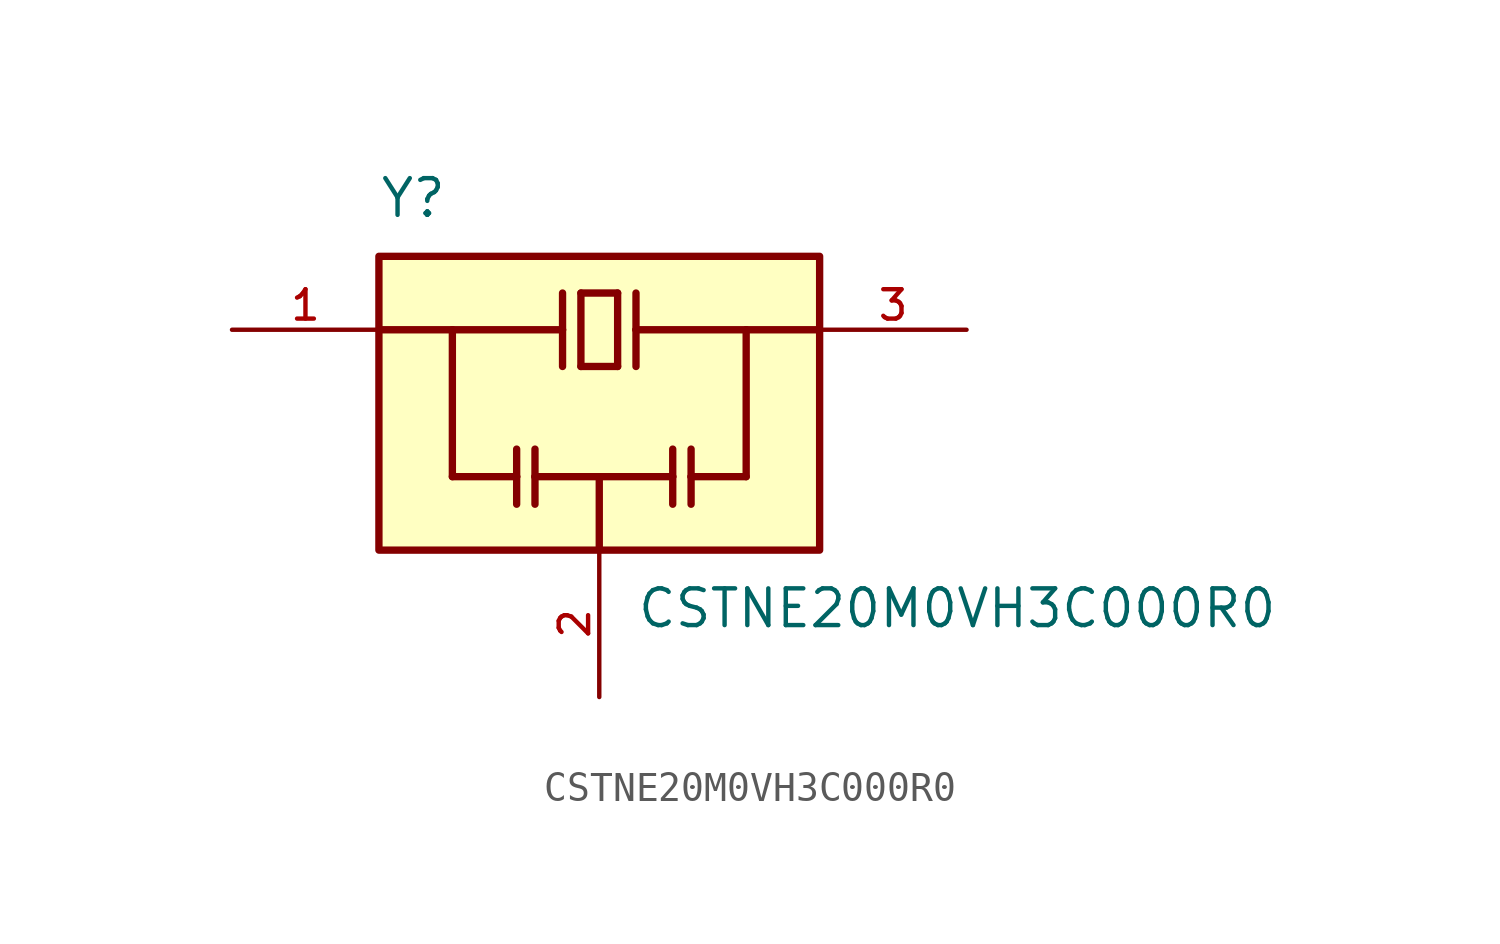
<source format=kicad_sym>
(kicad_symbol_lib
  (version 20211014)
  (generator kicad_symbol_editor)
  (symbol "CSTNE20M0VH3C000R0"
    (pin_names
      (offset 1.016))
    (property "Reference" "Y"
      (at -7.62 6.35 0)
      (effects (font (size 1.27 1.27)) (justify bottom left)))
    (property "Value" "CSTNE20M0VH3C000R0"
      (at 1.27 -6.35 0.0)
      (effects (font (size 1.27 1.27)) (justify top left)))
    (symbol "CSTNE20M0VH3C000R0_0_0"
      (polyline (pts (xy -1.27 3.81) (xy -1.27 2.54)) (stroke (width 0.254)))
      (polyline (pts (xy -1.27 2.54) (xy -1.27 1.27)) (stroke (width 0.254)))
      (polyline (pts (xy -0.635 1.27) (xy -0.635 3.81)) (stroke (width 0.254)))
      (polyline (pts (xy -0.635 3.81) (xy 0.635 3.81)) (stroke (width 0.254)))
      (polyline (pts (xy 0.635 3.81) (xy 0.635 1.27)) (stroke (width 0.254)))
      (polyline (pts (xy 0.635 1.27) (xy -0.635 1.27)) (stroke (width 0.254)))
      (polyline (pts (xy 1.27 3.81) (xy 1.27 2.54)) (stroke (width 0.254)))
      (polyline (pts (xy 1.27 2.54) (xy 1.27 1.27)) (stroke (width 0.254)))
      (polyline (pts (xy -2.857 -1.587) (xy -2.857 -2.54)) (stroke (width 0.254)))
      (polyline (pts (xy -2.857 -2.54) (xy -2.857 -3.493)) (stroke (width 0.254)))
      (polyline (pts (xy -2.223 -1.587) (xy -2.223 -2.54)) (stroke (width 0.254)))
      (polyline (pts (xy -2.223 -2.54) (xy -2.223 -3.493)) (stroke (width 0.254)))
      (polyline (pts (xy 2.54 -1.587) (xy 2.54 -2.54)) (stroke (width 0.254)))
      (polyline (pts (xy 2.54 -2.54) (xy 2.54 -3.493)) (stroke (width 0.254)))
      (polyline (pts (xy 3.175 -1.587) (xy 3.175 -2.54)) (stroke (width 0.254)))
      (polyline (pts (xy 3.175 -2.54) (xy 3.175 -3.493)) (stroke (width 0.254)))
      (polyline (pts (xy -7.62 2.54) (xy -5.08 2.54)) (stroke (width 0.254)))
      (polyline (pts (xy -5.08 2.54) (xy -1.27 2.54)) (stroke (width 0.254)))
      (polyline (pts (xy 1.27 2.54) (xy 5.08 2.54)) (stroke (width 0.254)))
      (polyline (pts (xy 5.08 2.54) (xy 7.62 2.54)) (stroke (width 0.254)))
      (polyline (pts (xy -2.857 -2.54) (xy -5.08 -2.54)) (stroke (width 0.254)))
      (polyline (pts (xy -5.08 -2.54) (xy -5.08 2.54)) (stroke (width 0.254)))
      (polyline (pts (xy 3.175 -2.54) (xy 5.08 -2.54)) (stroke (width 0.254)))
      (polyline (pts (xy 5.08 -2.54) (xy 5.08 2.54)) (stroke (width 0.254)))
      (polyline (pts (xy 0.0 -5.08) (xy 0.0 -2.54)) (stroke (width 0.254)))
      (polyline (pts (xy 0.0 -2.54) (xy -2.223 -2.54)) (stroke (width 0.254)))
      (polyline (pts (xy 0.0 -2.54) (xy 2.54 -2.54)) (stroke (width 0.254)))
      (rectangle (start -7.62 -5.08) (end 7.62 5.08) (stroke (width 0.254)) (fill (type background)))
      (pin input line (at -12.7 2.54 0) (length 5.08) (name "~" (effects (font (size 1.016 1.016)))) (number "1" (effects (font (size 1.016 1.016)))))
      (pin output line (at 12.7 2.54 180.0) (length 5.08) (name "~" (effects (font (size 1.016 1.016)))) (number "3" (effects (font (size 1.016 1.016)))))
      (pin power_in line (at 0.0 -10.16 90.0) (length 5.08) (name "~" (effects (font (size 1.016 1.016)))) (number "2" (effects (font (size 1.016 1.016))))))))
</source>
